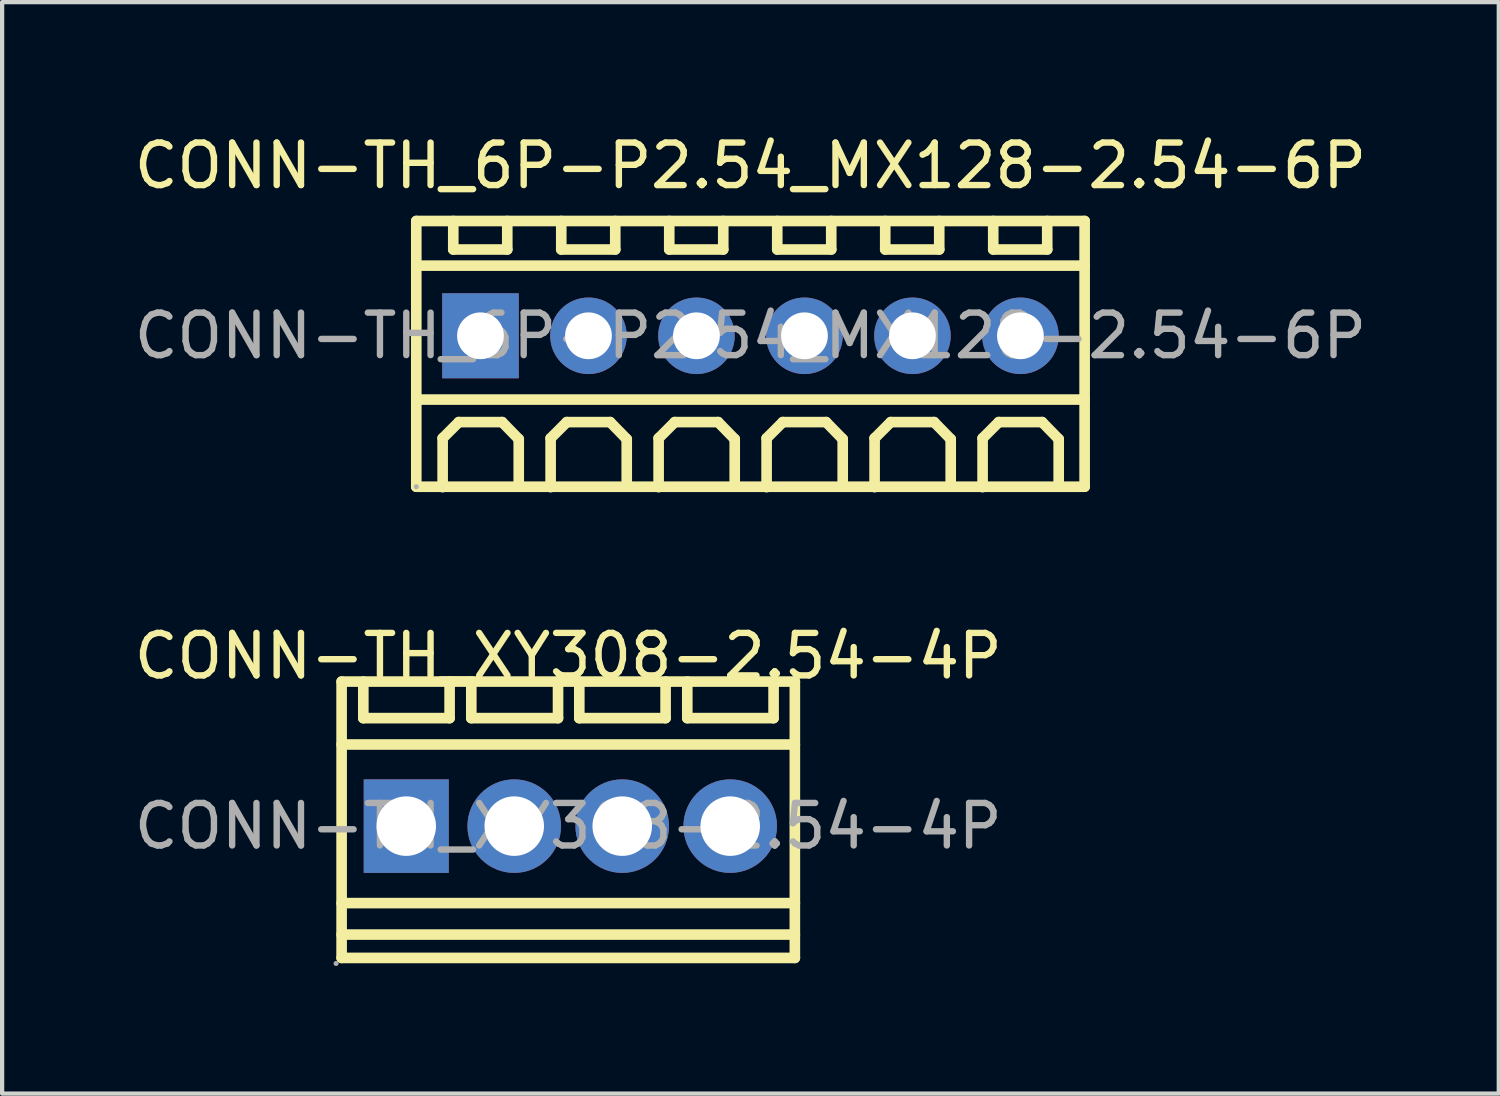
<source format=kicad_pcb>
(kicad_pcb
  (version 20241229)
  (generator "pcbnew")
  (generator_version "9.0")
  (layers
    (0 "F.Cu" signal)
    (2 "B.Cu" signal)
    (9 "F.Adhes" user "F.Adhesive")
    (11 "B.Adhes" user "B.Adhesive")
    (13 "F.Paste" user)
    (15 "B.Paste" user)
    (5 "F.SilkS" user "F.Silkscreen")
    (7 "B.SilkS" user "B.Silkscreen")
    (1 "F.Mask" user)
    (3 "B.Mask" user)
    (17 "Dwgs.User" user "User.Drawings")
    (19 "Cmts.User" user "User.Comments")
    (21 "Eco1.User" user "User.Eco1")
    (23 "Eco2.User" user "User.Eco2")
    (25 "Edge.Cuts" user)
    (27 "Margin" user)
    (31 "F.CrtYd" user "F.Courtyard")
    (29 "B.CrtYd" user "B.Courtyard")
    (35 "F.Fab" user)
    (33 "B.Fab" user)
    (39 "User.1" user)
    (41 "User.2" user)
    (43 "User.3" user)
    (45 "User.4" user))
  (footprint "CONN-TH_XY308-2.54-4P"
    (layer "F.Cu")
    (at 10.315 16.381)
    (property "Reference" "CONN-TH_XY308-2.54-4P" (at 0 -4 0) (layer "F.SilkS") (effects (font (size 1 1) (thickness 0.15))))
    (attr through_hole)
    (fp_line (start -5.33 -3.4) (end -5.33 3.1) (stroke (width 0.25) (type solid)) (layer "F.SilkS"))
    (fp_line (start -4.82 -3.4) (end -4.82 -2.54) (stroke (width 0.25) (type solid)) (layer "F.SilkS"))
    (fp_line (start -4.82 -2.54) (end -2.79 -2.54) (stroke (width 0.25) (type solid)) (layer "F.SilkS"))
    (fp_line (start -2.79 -2.54) (end -2.79 -3.4) (stroke (width 0.25) (type solid)) (layer "F.SilkS"))
    (fp_line (start -2.28 -3.4) (end -2.28 -2.54) (stroke (width 0.25) (type solid)) (layer "F.SilkS"))
    (fp_line (start -2.28 -2.54) (end -0.24 -2.54) (stroke (width 0.25) (type solid)) (layer "F.SilkS"))
    (fp_line (start -0.24 -2.54) (end -0.24 -3.4) (stroke (width 0.25) (type solid)) (layer "F.SilkS"))
    (fp_line (start 0.26 -3.4) (end 0.26 -2.54) (stroke (width 0.25) (type solid)) (layer "F.SilkS"))
    (fp_line (start 0.26 -2.54) (end 2.29 -2.54) (stroke (width 0.25) (type solid)) (layer "F.SilkS"))
    (fp_line (start 2.29 -2.54) (end 2.29 -3.4) (stroke (width 0.25) (type solid)) (layer "F.SilkS"))
    (fp_line (start 2.8 -3.4) (end 2.8 -2.54) (stroke (width 0.25) (type solid)) (layer "F.SilkS"))
    (fp_line (start 2.8 -2.54) (end 4.83 -2.54) (stroke (width 0.25) (type solid)) (layer "F.SilkS"))
    (fp_line (start 4.83 -2.54) (end 4.83 -3.4) (stroke (width 0.25) (type solid)) (layer "F.SilkS"))
    (fp_line (start 5.33 -3.4) (end -5.33 -3.4) (stroke (width 0.25) (type solid)) (layer "F.SilkS"))
    (fp_line (start 5.33 -3.4) (end 5.33 3.1) (stroke (width 0.25) (type solid)) (layer "F.SilkS"))
    (fp_line (start 5.33 -1.92) (end -5.33 -1.92) (stroke (width 0.25) (type solid)) (layer "F.SilkS"))
    (fp_line (start 5.33 1.81) (end -5.33 1.81) (stroke (width 0.25) (type solid)) (layer "F.SilkS"))
    (fp_line (start 5.33 2.55) (end -5.33 2.55) (stroke (width 0.25) (type solid)) (layer "F.SilkS"))
    (fp_line (start 5.33 3.1) (end -5.33 3.1) (stroke (width 0.25) (type solid)) (layer "F.SilkS"))
    (fp_circle (center -5.46 3.23) (end -5.43 3.23) (stroke (width 0.06) (type solid)) (fill no) (layer "F.Fab"))
    (fp_circle (center -3.81 0) (end -3.51 0) (stroke (width 0.6) (type solid)) (fill no) (layer "F.Fab"))
    (fp_circle (center -1.27 0) (end -0.97 0) (stroke (width 0.6) (type solid)) (fill no) (layer "F.Fab"))
    (fp_circle (center 1.27 0) (end 1.57 0) (stroke (width 0.6) (type solid)) (fill no) (layer "F.Fab"))
    (fp_circle (center 3.81 0) (end 4.11 0) (stroke (width 0.6) (type solid)) (fill no) (layer "F.Fab"))
    (fp_text user "${REFERENCE}" (at 0 0 0) (layer "F.Fab") (effects (font (size 1 1) (thickness 0.15))))
    (pad "1" thru_hole rect (at -3.81 0) (size 2 2.2) (drill 1.4) (layers "*.Cu" "*.Mask"))
    (pad "2" thru_hole circle (at -1.27 0) (size 2.2 2.2) (drill 1.4) (layers "*.Cu" "*.Mask"))
    (pad "3" thru_hole circle (at 1.27 0) (size 2.2 2.2) (drill 1.4) (layers "*.Cu" "*.Mask"))
    (pad "4" thru_hole circle (at 3.81 0) (size 2.2 2.2) (drill 1.4) (layers "*.Cu" "*.Mask")))
  (footprint "CONN-TH_6P-P2.54_MX128-2.54-6P"
    (layer "F.Cu")
    (at 14.601 4.848)
    (property "Reference" "CONN-TH_6P-P2.54_MX128-2.54-6P" (at 0 -4 0) (layer "F.SilkS") (effects (font (size 1 1) (thickness 0.15))))
    (attr through_hole)
    (fp_line (start -7.86 -2.7) (end -7.86 3.55) (stroke (width 0.25) (type solid)) (layer "F.SilkS"))
    (fp_line (start -7.86 -2.7) (end 7.86 -2.7) (stroke (width 0.25) (type solid)) (layer "F.SilkS"))
    (fp_line (start -7.86 -1.65) (end 7.86 -1.65) (stroke (width 0.25) (type solid)) (layer "F.SilkS"))
    (fp_line (start -7.86 1.5) (end 7.86 1.5) (stroke (width 0.25) (type solid)) (layer "F.SilkS"))
    (fp_line (start -7.86 3.55) (end 7.86 3.55) (stroke (width 0.25) (type solid)) (layer "F.SilkS"))
    (fp_line (start -7.24 2.41) (end -6.86 2.03) (stroke (width 0.25) (type solid)) (layer "F.SilkS"))
    (fp_line (start -7.24 3.56) (end -7.24 2.41) (stroke (width 0.25) (type solid)) (layer "F.SilkS"))
    (fp_line (start -6.99 -2.7) (end -6.99 -2.03) (stroke (width 0.25) (type solid)) (layer "F.SilkS"))
    (fp_line (start -6.99 -2.03) (end -5.72 -2.03) (stroke (width 0.25) (type solid)) (layer "F.SilkS"))
    (fp_line (start -6.86 2.03) (end -5.84 2.03) (stroke (width 0.25) (type solid)) (layer "F.SilkS"))
    (fp_line (start -5.84 2.03) (end -5.45 2.43) (stroke (width 0.25) (type solid)) (layer "F.SilkS"))
    (fp_line (start -5.72 -2.03) (end -5.72 -2.7) (stroke (width 0.25) (type solid)) (layer "F.SilkS"))
    (fp_line (start -5.45 2.43) (end -5.45 3.55) (stroke (width 0.25) (type solid)) (layer "F.SilkS"))
    (fp_line (start -4.7 2.41) (end -4.32 2.03) (stroke (width 0.25) (type solid)) (layer "F.SilkS"))
    (fp_line (start -4.7 3.56) (end -4.7 2.41) (stroke (width 0.25) (type solid)) (layer "F.SilkS"))
    (fp_line (start -4.45 -2.7) (end -4.45 -2.03) (stroke (width 0.25) (type solid)) (layer "F.SilkS"))
    (fp_line (start -4.45 -2.03) (end -3.18 -2.03) (stroke (width 0.25) (type solid)) (layer "F.SilkS"))
    (fp_line (start -4.32 2.03) (end -3.3 2.03) (stroke (width 0.25) (type solid)) (layer "F.SilkS"))
    (fp_line (start -3.3 2.03) (end -2.91 2.43) (stroke (width 0.25) (type solid)) (layer "F.SilkS"))
    (fp_line (start -3.18 -2.03) (end -3.18 -2.7) (stroke (width 0.25) (type solid)) (layer "F.SilkS"))
    (fp_line (start -2.91 2.43) (end -2.91 3.55) (stroke (width 0.25) (type solid)) (layer "F.SilkS"))
    (fp_line (start -2.16 2.41) (end -1.78 2.03) (stroke (width 0.25) (type solid)) (layer "F.SilkS"))
    (fp_line (start -2.16 3.56) (end -2.16 2.41) (stroke (width 0.25) (type solid)) (layer "F.SilkS"))
    (fp_line (start -1.91 -2.7) (end -1.91 -2.03) (stroke (width 0.25) (type solid)) (layer "F.SilkS"))
    (fp_line (start -1.91 -2.03) (end -0.64 -2.03) (stroke (width 0.25) (type solid)) (layer "F.SilkS"))
    (fp_line (start -1.78 2.03) (end -0.76 2.03) (stroke (width 0.25) (type solid)) (layer "F.SilkS"))
    (fp_line (start -0.76 2.03) (end -0.37 2.43) (stroke (width 0.25) (type solid)) (layer "F.SilkS"))
    (fp_line (start -0.64 -2.03) (end -0.64 -2.7) (stroke (width 0.25) (type solid)) (layer "F.SilkS"))
    (fp_line (start -0.37 2.43) (end -0.37 3.55) (stroke (width 0.25) (type solid)) (layer "F.SilkS"))
    (fp_line (start 0.38 2.41) (end 0.76 2.03) (stroke (width 0.25) (type solid)) (layer "F.SilkS"))
    (fp_line (start 0.38 3.56) (end 0.38 2.41) (stroke (width 0.25) (type solid)) (layer "F.SilkS"))
    (fp_line (start 0.63 -2.7) (end 0.63 -2.03) (stroke (width 0.25) (type solid)) (layer "F.SilkS"))
    (fp_line (start 0.63 -2.03) (end 1.9 -2.03) (stroke (width 0.25) (type solid)) (layer "F.SilkS"))
    (fp_line (start 0.76 2.03) (end 1.78 2.03) (stroke (width 0.25) (type solid)) (layer "F.SilkS"))
    (fp_line (start 1.78 2.03) (end 2.17 2.43) (stroke (width 0.25) (type solid)) (layer "F.SilkS"))
    (fp_line (start 1.9 -2.03) (end 1.9 -2.7) (stroke (width 0.25) (type solid)) (layer "F.SilkS"))
    (fp_line (start 2.17 2.43) (end 2.17 3.55) (stroke (width 0.25) (type solid)) (layer "F.SilkS"))
    (fp_line (start 2.92 2.41) (end 3.3 2.03) (stroke (width 0.25) (type solid)) (layer "F.SilkS"))
    (fp_line (start 2.92 3.56) (end 2.92 2.41) (stroke (width 0.25) (type solid)) (layer "F.SilkS"))
    (fp_line (start 3.17 -2.7) (end 3.17 -2.03) (stroke (width 0.25) (type solid)) (layer "F.SilkS"))
    (fp_line (start 3.17 -2.03) (end 4.44 -2.03) (stroke (width 0.25) (type solid)) (layer "F.SilkS"))
    (fp_line (start 3.3 2.03) (end 4.32 2.03) (stroke (width 0.25) (type solid)) (layer "F.SilkS"))
    (fp_line (start 4.32 2.03) (end 4.71 2.43) (stroke (width 0.25) (type solid)) (layer "F.SilkS"))
    (fp_line (start 4.44 -2.03) (end 4.44 -2.7) (stroke (width 0.25) (type solid)) (layer "F.SilkS"))
    (fp_line (start 4.71 2.43) (end 4.71 3.55) (stroke (width 0.25) (type solid)) (layer "F.SilkS"))
    (fp_line (start 5.46 2.41) (end 5.84 2.03) (stroke (width 0.25) (type solid)) (layer "F.SilkS"))
    (fp_line (start 5.46 3.56) (end 5.46 2.41) (stroke (width 0.25) (type solid)) (layer "F.SilkS"))
    (fp_line (start 5.71 -2.7) (end 5.71 -2.03) (stroke (width 0.25) (type solid)) (layer "F.SilkS"))
    (fp_line (start 5.71 -2.03) (end 6.98 -2.03) (stroke (width 0.25) (type solid)) (layer "F.SilkS"))
    (fp_line (start 5.84 2.03) (end 6.86 2.03) (stroke (width 0.25) (type solid)) (layer "F.SilkS"))
    (fp_line (start 6.86 2.03) (end 7.25 2.43) (stroke (width 0.25) (type solid)) (layer "F.SilkS"))
    (fp_line (start 6.98 -2.03) (end 6.98 -2.7) (stroke (width 0.25) (type solid)) (layer "F.SilkS"))
    (fp_line (start 7.25 2.43) (end 7.25 3.55) (stroke (width 0.25) (type solid)) (layer "F.SilkS"))
    (fp_line (start 7.86 -2.7) (end 7.86 3.55) (stroke (width 0.25) (type solid)) (layer "F.SilkS"))
    (fp_circle (center -7.86 3.55) (end -7.83 3.55) (stroke (width 0.06) (type solid)) (fill no) (layer "F.Fab"))
    (fp_text user "${REFERENCE}" (at 0 0 0) (layer "F.Fab") (effects (font (size 1 1) (thickness 0.15))))
    (pad "1" thru_hole rect (at -6.35 0) (size 1.8 2) (drill 1.1) (layers "*.Cu" "*.Mask"))
    (pad "2" thru_hole circle (at -3.81 0) (size 1.8 1.8) (drill 1.1) (layers "*.Cu" "*.Mask"))
    (pad "3" thru_hole circle (at -1.27 0) (size 1.8 1.8) (drill 1.1) (layers "*.Cu" "*.Mask"))
    (pad "4" thru_hole circle (at 1.27 0) (size 1.8 1.8) (drill 1.1) (layers "*.Cu" "*.Mask"))
    (pad "5" thru_hole circle (at 3.81 0) (size 1.8 1.8) (drill 1.1) (layers "*.Cu" "*.Mask"))
    (pad "6" thru_hole circle (at 6.35 0) (size 1.8 1.8) (drill 1.1) (layers "*.Cu" "*.Mask")))
  (gr_rect
    (start -3 -3)
    (end 32.202 22.672)
    (stroke (width 0.1) (type default))
    (fill no)
    (layer "Edge.Cuts")))
</source>
